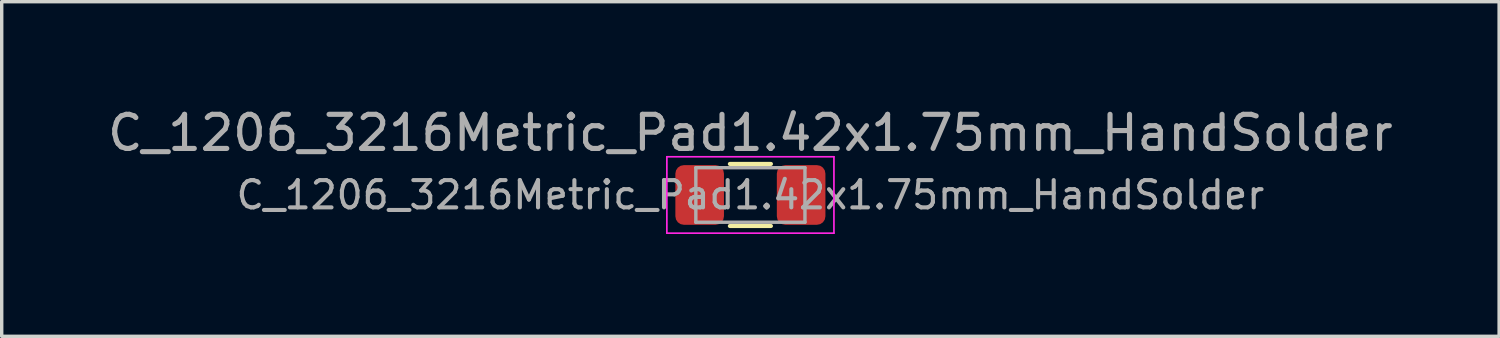
<source format=kicad_pcb>
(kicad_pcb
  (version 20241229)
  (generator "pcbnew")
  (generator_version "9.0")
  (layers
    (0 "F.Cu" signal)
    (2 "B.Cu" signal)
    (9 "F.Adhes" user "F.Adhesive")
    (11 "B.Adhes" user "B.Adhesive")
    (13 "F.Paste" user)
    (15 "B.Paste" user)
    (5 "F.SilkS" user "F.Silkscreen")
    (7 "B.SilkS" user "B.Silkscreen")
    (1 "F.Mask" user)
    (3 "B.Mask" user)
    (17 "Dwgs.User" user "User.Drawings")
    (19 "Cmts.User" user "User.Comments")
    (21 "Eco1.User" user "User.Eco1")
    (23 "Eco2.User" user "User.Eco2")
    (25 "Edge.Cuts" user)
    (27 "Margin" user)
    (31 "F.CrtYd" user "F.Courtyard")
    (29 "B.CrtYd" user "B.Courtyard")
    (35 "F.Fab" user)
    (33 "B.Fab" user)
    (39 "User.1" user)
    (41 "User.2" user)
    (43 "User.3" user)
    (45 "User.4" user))
  (footprint "C_1206_3216Metric_Pad1.42x1.75mm_HandSolder"
    (layer "F.Cu")
    (at 18.958 2.668)
    (property "Reference" "C_1206_3216Metric_Pad1.42x1.75mm_HandSolder" (at 0 -1.82 0) (layer "F.Fab") (effects (font (size 1 1) (thickness 0.15))))
    (attr smd)
    (fp_line (start -0.602 -0.91) (end 0.602 -0.91) (stroke (width 0.12) (type solid)) (layer "F.SilkS"))
    (fp_line (start -0.602 0.91) (end 0.602 0.91) (stroke (width 0.12) (type solid)) (layer "F.SilkS"))
    (fp_line (start -2.45 -1.12) (end 2.45 -1.12) (stroke (width 0.05) (type solid)) (layer "F.CrtYd"))
    (fp_line (start -2.45 1.12) (end -2.45 -1.12) (stroke (width 0.05) (type solid)) (layer "F.CrtYd"))
    (fp_line (start 2.45 -1.12) (end 2.45 1.12) (stroke (width 0.05) (type solid)) (layer "F.CrtYd"))
    (fp_line (start 2.45 1.12) (end -2.45 1.12) (stroke (width 0.05) (type solid)) (layer "F.CrtYd"))
    (fp_line (start -1.6 -0.8) (end 1.6 -0.8) (stroke (width 0.1) (type solid)) (layer "F.Fab"))
    (fp_line (start -1.6 0.8) (end -1.6 -0.8) (stroke (width 0.1) (type solid)) (layer "F.Fab"))
    (fp_line (start 1.6 -0.8) (end 1.6 0.8) (stroke (width 0.1) (type solid)) (layer "F.Fab"))
    (fp_line (start 1.6 0.8) (end -1.6 0.8) (stroke (width 0.1) (type solid)) (layer "F.Fab"))
    (fp_text user "${REFERENCE}" (at 0 0 0) (layer "F.Fab") (effects (font (size 0.8 0.8) (thickness 0.12))))
    (pad "1" smd roundrect (at -1.488 0) (size 1.425 1.75) (layers "F.Cu" "F.Mask" "F.Paste") (roundrect_rratio 0.175))
    (pad "2" smd roundrect (at 1.488 0) (size 1.425 1.75) (layers "F.Cu" "F.Mask" "F.Paste") (roundrect_rratio 0.175)))
  (gr_rect
    (start -3 -3)
    (end 40.917 6.813)
    (stroke (width 0.1) (type default))
    (fill no)
    (layer "Edge.Cuts")))
</source>
